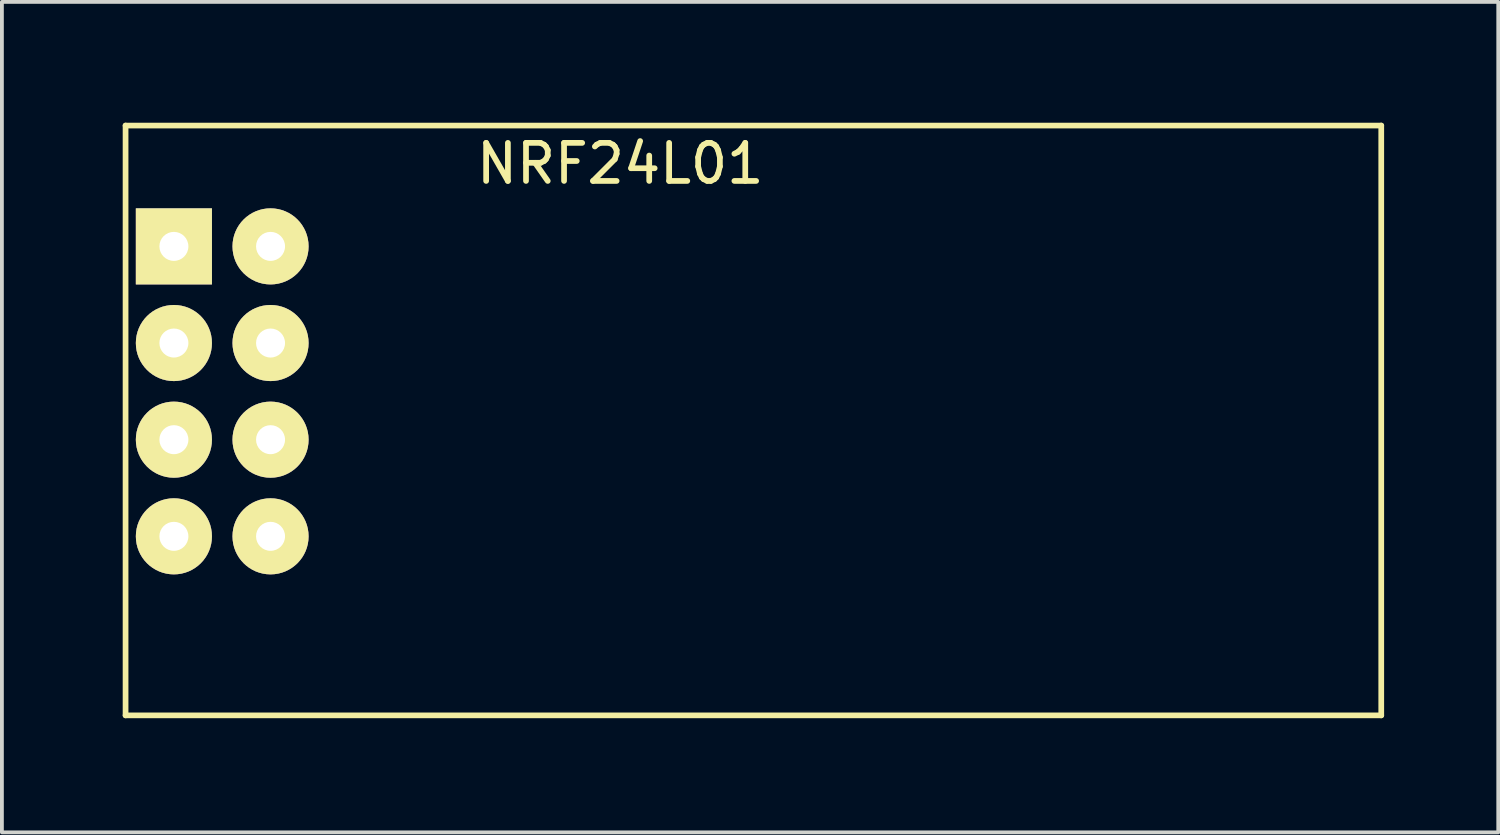
<source format=kicad_pcb>
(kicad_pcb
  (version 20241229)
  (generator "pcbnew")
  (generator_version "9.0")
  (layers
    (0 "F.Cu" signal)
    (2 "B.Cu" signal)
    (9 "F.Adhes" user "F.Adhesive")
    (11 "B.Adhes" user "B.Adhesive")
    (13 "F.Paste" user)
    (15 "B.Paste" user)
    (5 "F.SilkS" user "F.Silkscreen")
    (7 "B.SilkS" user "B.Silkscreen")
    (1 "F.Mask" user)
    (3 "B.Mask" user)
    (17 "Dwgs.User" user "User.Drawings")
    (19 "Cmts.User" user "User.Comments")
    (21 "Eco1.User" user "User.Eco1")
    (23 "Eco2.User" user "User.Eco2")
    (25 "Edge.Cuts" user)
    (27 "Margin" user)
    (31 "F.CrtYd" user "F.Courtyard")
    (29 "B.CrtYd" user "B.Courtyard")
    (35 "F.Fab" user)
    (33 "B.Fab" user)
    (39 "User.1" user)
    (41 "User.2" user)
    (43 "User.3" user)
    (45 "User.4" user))
  (footprint "NRF24L01"
    (layer "F.Cu")
    (at 0.25 0.25)
    (property "Reference" "NRF24L01" (at 13 1 0) (layer "F.SilkS") (effects (font (size 1 1) (thickness 0.15))))
    (attr through_hole)
    (fp_line (start 0 0) (end 33 0) (stroke (width 0.15) (type solid)) (layer "F.SilkS"))
    (fp_line (start 0 15.5) (end 0 0) (stroke (width 0.15) (type solid)) (layer "F.SilkS"))
    (fp_line (start 33 0) (end 33 15.5) (stroke (width 0.15) (type solid)) (layer "F.SilkS"))
    (fp_line (start 33 15.5) (end 0 15.5) (stroke (width 0.15) (type solid)) (layer "F.SilkS"))
    (pad "1" thru_hole rect (at 1.27 3.175) (size 2 2) (drill 0.762) (layers "*.Cu" "*.Mask" "F.SilkS"))
    (pad "2" thru_hole circle (at 3.81 3.175) (size 2 2) (drill 0.762) (layers "*.Cu" "*.Mask" "F.SilkS"))
    (pad "3" thru_hole circle (at 1.27 5.715) (size 2 2) (drill 0.762) (layers "*.Cu" "*.Mask" "F.SilkS"))
    (pad "4" thru_hole circle (at 3.81 5.715) (size 2 2) (drill 0.762) (layers "*.Cu" "*.Mask" "F.SilkS"))
    (pad "5" thru_hole circle (at 1.27 8.255) (size 2 2) (drill 0.762) (layers "*.Cu" "*.Mask" "F.SilkS"))
    (pad "6" thru_hole circle (at 3.81 8.255) (size 2 2) (drill 0.762) (layers "*.Cu" "*.Mask" "F.SilkS"))
    (pad "7" thru_hole circle (at 1.27 10.795) (size 2 2) (drill 0.762) (layers "*.Cu" "*.Mask" "F.SilkS"))
    (pad "8" thru_hole circle (at 3.81 10.795) (size 2 2) (drill 0.762) (layers "*.Cu" "*.Mask" "F.SilkS")))
  (gr_rect
    (start -3 -3)
    (end 36.325 18.825)
    (stroke (width 0.1) (type default))
    (fill no)
    (layer "Edge.Cuts")))
</source>
